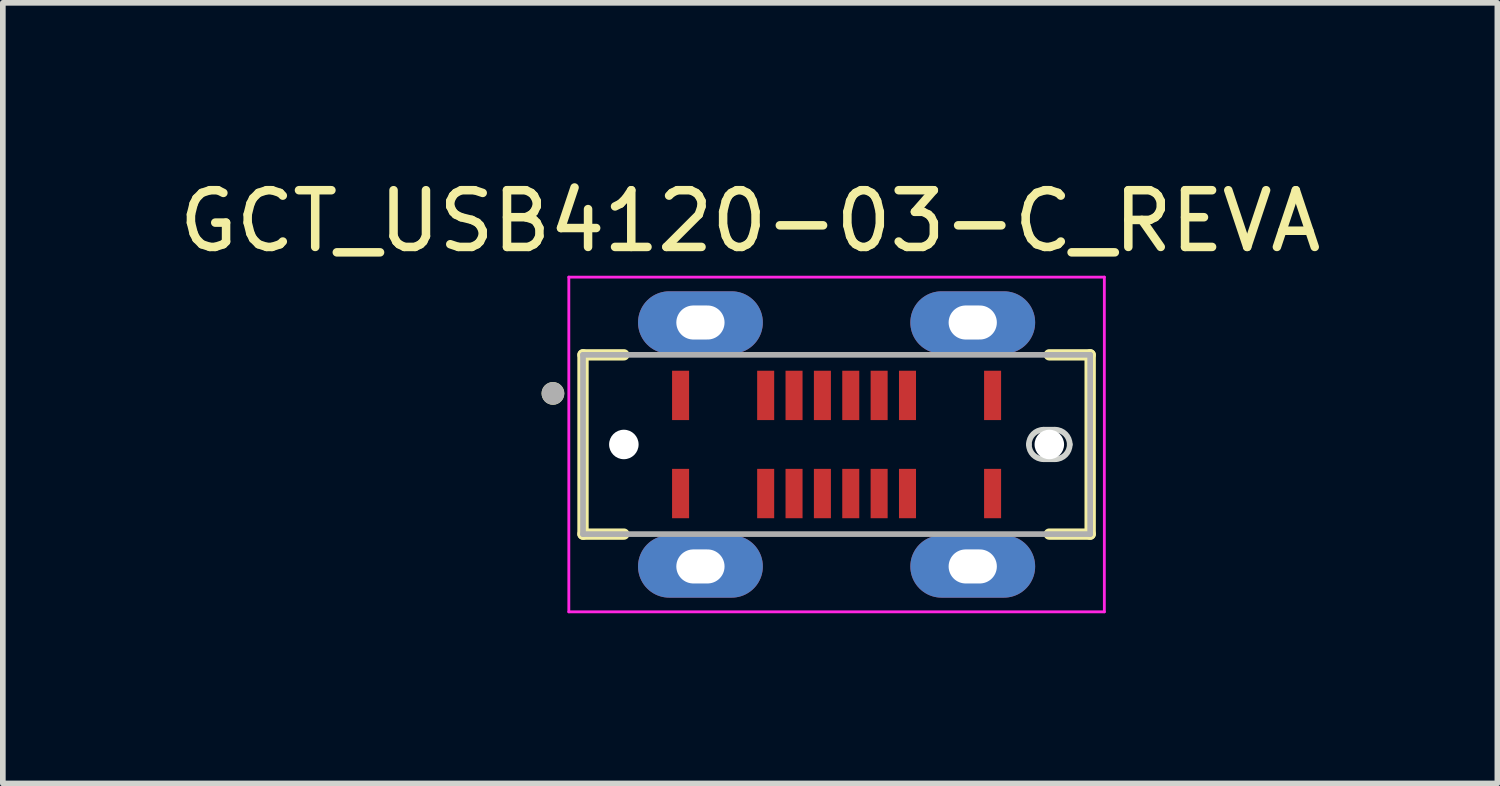
<source format=kicad_pcb>
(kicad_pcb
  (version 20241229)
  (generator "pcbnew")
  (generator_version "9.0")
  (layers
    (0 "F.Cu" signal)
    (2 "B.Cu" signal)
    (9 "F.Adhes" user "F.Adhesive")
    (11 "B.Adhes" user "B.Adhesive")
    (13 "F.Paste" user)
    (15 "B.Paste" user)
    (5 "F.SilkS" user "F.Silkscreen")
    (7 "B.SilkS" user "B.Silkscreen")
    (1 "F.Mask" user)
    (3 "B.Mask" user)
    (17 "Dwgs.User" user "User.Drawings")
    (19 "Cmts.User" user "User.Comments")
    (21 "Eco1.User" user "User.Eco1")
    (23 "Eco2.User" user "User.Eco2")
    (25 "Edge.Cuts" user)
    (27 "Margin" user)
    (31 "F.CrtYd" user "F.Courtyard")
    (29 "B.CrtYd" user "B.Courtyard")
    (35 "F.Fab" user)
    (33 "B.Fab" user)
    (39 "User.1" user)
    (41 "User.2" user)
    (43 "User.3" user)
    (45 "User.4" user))
  (footprint "GCT_USB4120-03-C_REVA"
    (layer "F.Cu")
    (at 11.697 4.785)
    (property "Reference" "GCT_USB4120-03-C_REVA" (at -1.524 -3.937 0) (layer "F.SilkS") (effects (font (size 1 1) (thickness 0.15))))
    (attr through_hole)
    (fp_line (start -4.47 -1.58) (end -4.47 1.58) (stroke (width 0.2) (type solid)) (layer "F.SilkS"))
    (fp_line (start -4.47 1.58) (end -3.75 1.58) (stroke (width 0.2) (type solid)) (layer "F.SilkS"))
    (fp_line (start -3.75 -1.58) (end -4.47 -1.58) (stroke (width 0.2) (type solid)) (layer "F.SilkS"))
    (fp_line (start 3.75 -1.58) (end 4.47 -1.58) (stroke (width 0.2) (type solid)) (layer "F.SilkS"))
    (fp_line (start 4.47 -1.58) (end 4.47 1.58) (stroke (width 0.2) (type solid)) (layer "F.SilkS"))
    (fp_line (start 4.47 1.58) (end 3.75 1.58) (stroke (width 0.2) (type solid)) (layer "F.SilkS"))
    (fp_circle (center -5 -0.9) (end -4.9 -0.9) (stroke (width 0.2) (type solid)) (fill no) (layer "F.SilkS"))
    (fp_line (start 3.65 -0.26) (end 3.85 -0.26) (stroke (width 0.1) (type solid)) (layer "Edge.Cuts"))
    (fp_line (start 3.85 0.26) (end 3.65 0.26) (stroke (width 0.1) (type solid)) (layer "Edge.Cuts"))
    (fp_arc (start 3.39 0) (mid 3.466152 -0.183848) (end 3.65 -0.26) (stroke (width 0.1) (type solid)) (layer "Edge.Cuts"))
    (fp_arc (start 3.65 0.26) (mid 3.466152 0.183848) (end 3.39 0) (stroke (width 0.1) (type solid)) (layer "Edge.Cuts"))
    (fp_arc (start 3.85 -0.26) (mid 4.033848 -0.183848) (end 4.11 0) (stroke (width 0.1) (type solid)) (layer "Edge.Cuts"))
    (fp_arc (start 4.11 0) (mid 4.033848 0.183848) (end 3.85 0.26) (stroke (width 0.1) (type solid)) (layer "Edge.Cuts"))
    (fp_line (start -4.72 -2.95) (end 4.72 -2.95) (stroke (width 0.05) (type solid)) (layer "F.CrtYd"))
    (fp_line (start -4.72 2.95) (end -4.72 -2.95) (stroke (width 0.05) (type solid)) (layer "F.CrtYd"))
    (fp_line (start 4.72 -2.95) (end 4.72 2.95) (stroke (width 0.05) (type solid)) (layer "F.CrtYd"))
    (fp_line (start 4.72 2.95) (end -4.72 2.95) (stroke (width 0.05) (type solid)) (layer "F.CrtYd"))
    (fp_line (start -4.47 -1.58) (end 4.47 -1.58) (stroke (width 0.1) (type solid)) (layer "F.Fab"))
    (fp_line (start -4.47 1.58) (end -4.47 -1.58) (stroke (width 0.1) (type solid)) (layer "F.Fab"))
    (fp_line (start 4.47 -1.58) (end 4.47 1.58) (stroke (width 0.1) (type solid)) (layer "F.Fab"))
    (fp_line (start 4.47 1.58) (end -4.47 1.58) (stroke (width 0.1) (type solid)) (layer "F.Fab"))
    (fp_circle (center -5 -0.9) (end -4.9 -0.9) (stroke (width 0.2) (type solid)) (fill no) (layer "F.Fab"))
    (pad "" np_thru_hole circle (at -3.75 0) (size 0.52 0.52) (drill 0.52) (layers "*.Cu" "*.Mask"))
    (pad "" np_thru_hole circle (at 3.75 0) (size 0.52 0.52) (drill 0.52) (layers "*.Cu" "*.Mask"))
    (pad "A1" smd rect (at -2.75 -0.865) (size 0.3 0.87) (layers "F.Cu" "F.Mask" "F.Paste"))
    (pad "A4" smd rect (at -1.25 -0.865) (size 0.3 0.87) (layers "F.Cu" "F.Mask" "F.Paste"))
    (pad "A5" smd rect (at -0.75 -0.865) (size 0.3 0.87) (layers "F.Cu" "F.Mask" "F.Paste"))
    (pad "A6" smd rect (at -0.25 -0.865) (size 0.3 0.87) (layers "F.Cu" "F.Mask" "F.Paste"))
    (pad "A7" smd rect (at 0.25 -0.865) (size 0.3 0.87) (layers "F.Cu" "F.Mask" "F.Paste"))
    (pad "A8" smd rect (at 0.75 -0.865) (size 0.3 0.87) (layers "F.Cu" "F.Mask" "F.Paste"))
    (pad "A9" smd rect (at 1.25 -0.865) (size 0.3 0.87) (layers "F.Cu" "F.Mask" "F.Paste"))
    (pad "A12" smd rect (at 2.75 -0.865) (size 0.3 0.87) (layers "F.Cu" "F.Mask" "F.Paste"))
    (pad "B1" smd rect (at 2.75 0.865) (size 0.3 0.87) (layers "F.Cu" "F.Mask" "F.Paste"))
    (pad "B4" smd rect (at 1.25 0.865) (size 0.3 0.87) (layers "F.Cu" "F.Mask" "F.Paste"))
    (pad "B5" smd rect (at 0.75 0.865) (size 0.3 0.87) (layers "F.Cu" "F.Mask" "F.Paste"))
    (pad "B6" smd rect (at 0.25 0.865) (size 0.3 0.87) (layers "F.Cu" "F.Mask" "F.Paste"))
    (pad "B7" smd rect (at -0.25 0.865) (size 0.3 0.87) (layers "F.Cu" "F.Mask" "F.Paste"))
    (pad "B8" smd rect (at -0.75 0.865) (size 0.3 0.87) (layers "F.Cu" "F.Mask" "F.Paste"))
    (pad "B9" smd rect (at -1.25 0.865) (size 0.3 0.87) (layers "F.Cu" "F.Mask" "F.Paste"))
    (pad "B12" smd rect (at -2.75 0.865) (size 0.3 0.87) (layers "F.Cu" "F.Mask" "F.Paste"))
    (pad "S1" thru_hole oval (at -2.4 -2.15) (size 2.2 1.1) (drill oval 0.85 0.6) (layers "*.Cu" "*.Mask"))
    (pad "S2" thru_hole oval (at -2.4 2.15) (size 2.2 1.1) (drill oval 0.85 0.6) (layers "*.Cu" "*.Mask"))
    (pad "S3" thru_hole oval (at 2.4 -2.15) (size 2.2 1.1) (drill oval 0.85 0.6) (layers "*.Cu" "*.Mask"))
    (pad "S4" thru_hole oval (at 2.4 2.15) (size 2.2 1.1) (drill oval 0.85 0.6) (layers "*.Cu" "*.Mask")))
  (gr_rect
    (start -3 -3)
    (end 23.345 10.76)
    (stroke (width 0.1) (type default))
    (fill no)
    (layer "Edge.Cuts")))
</source>
